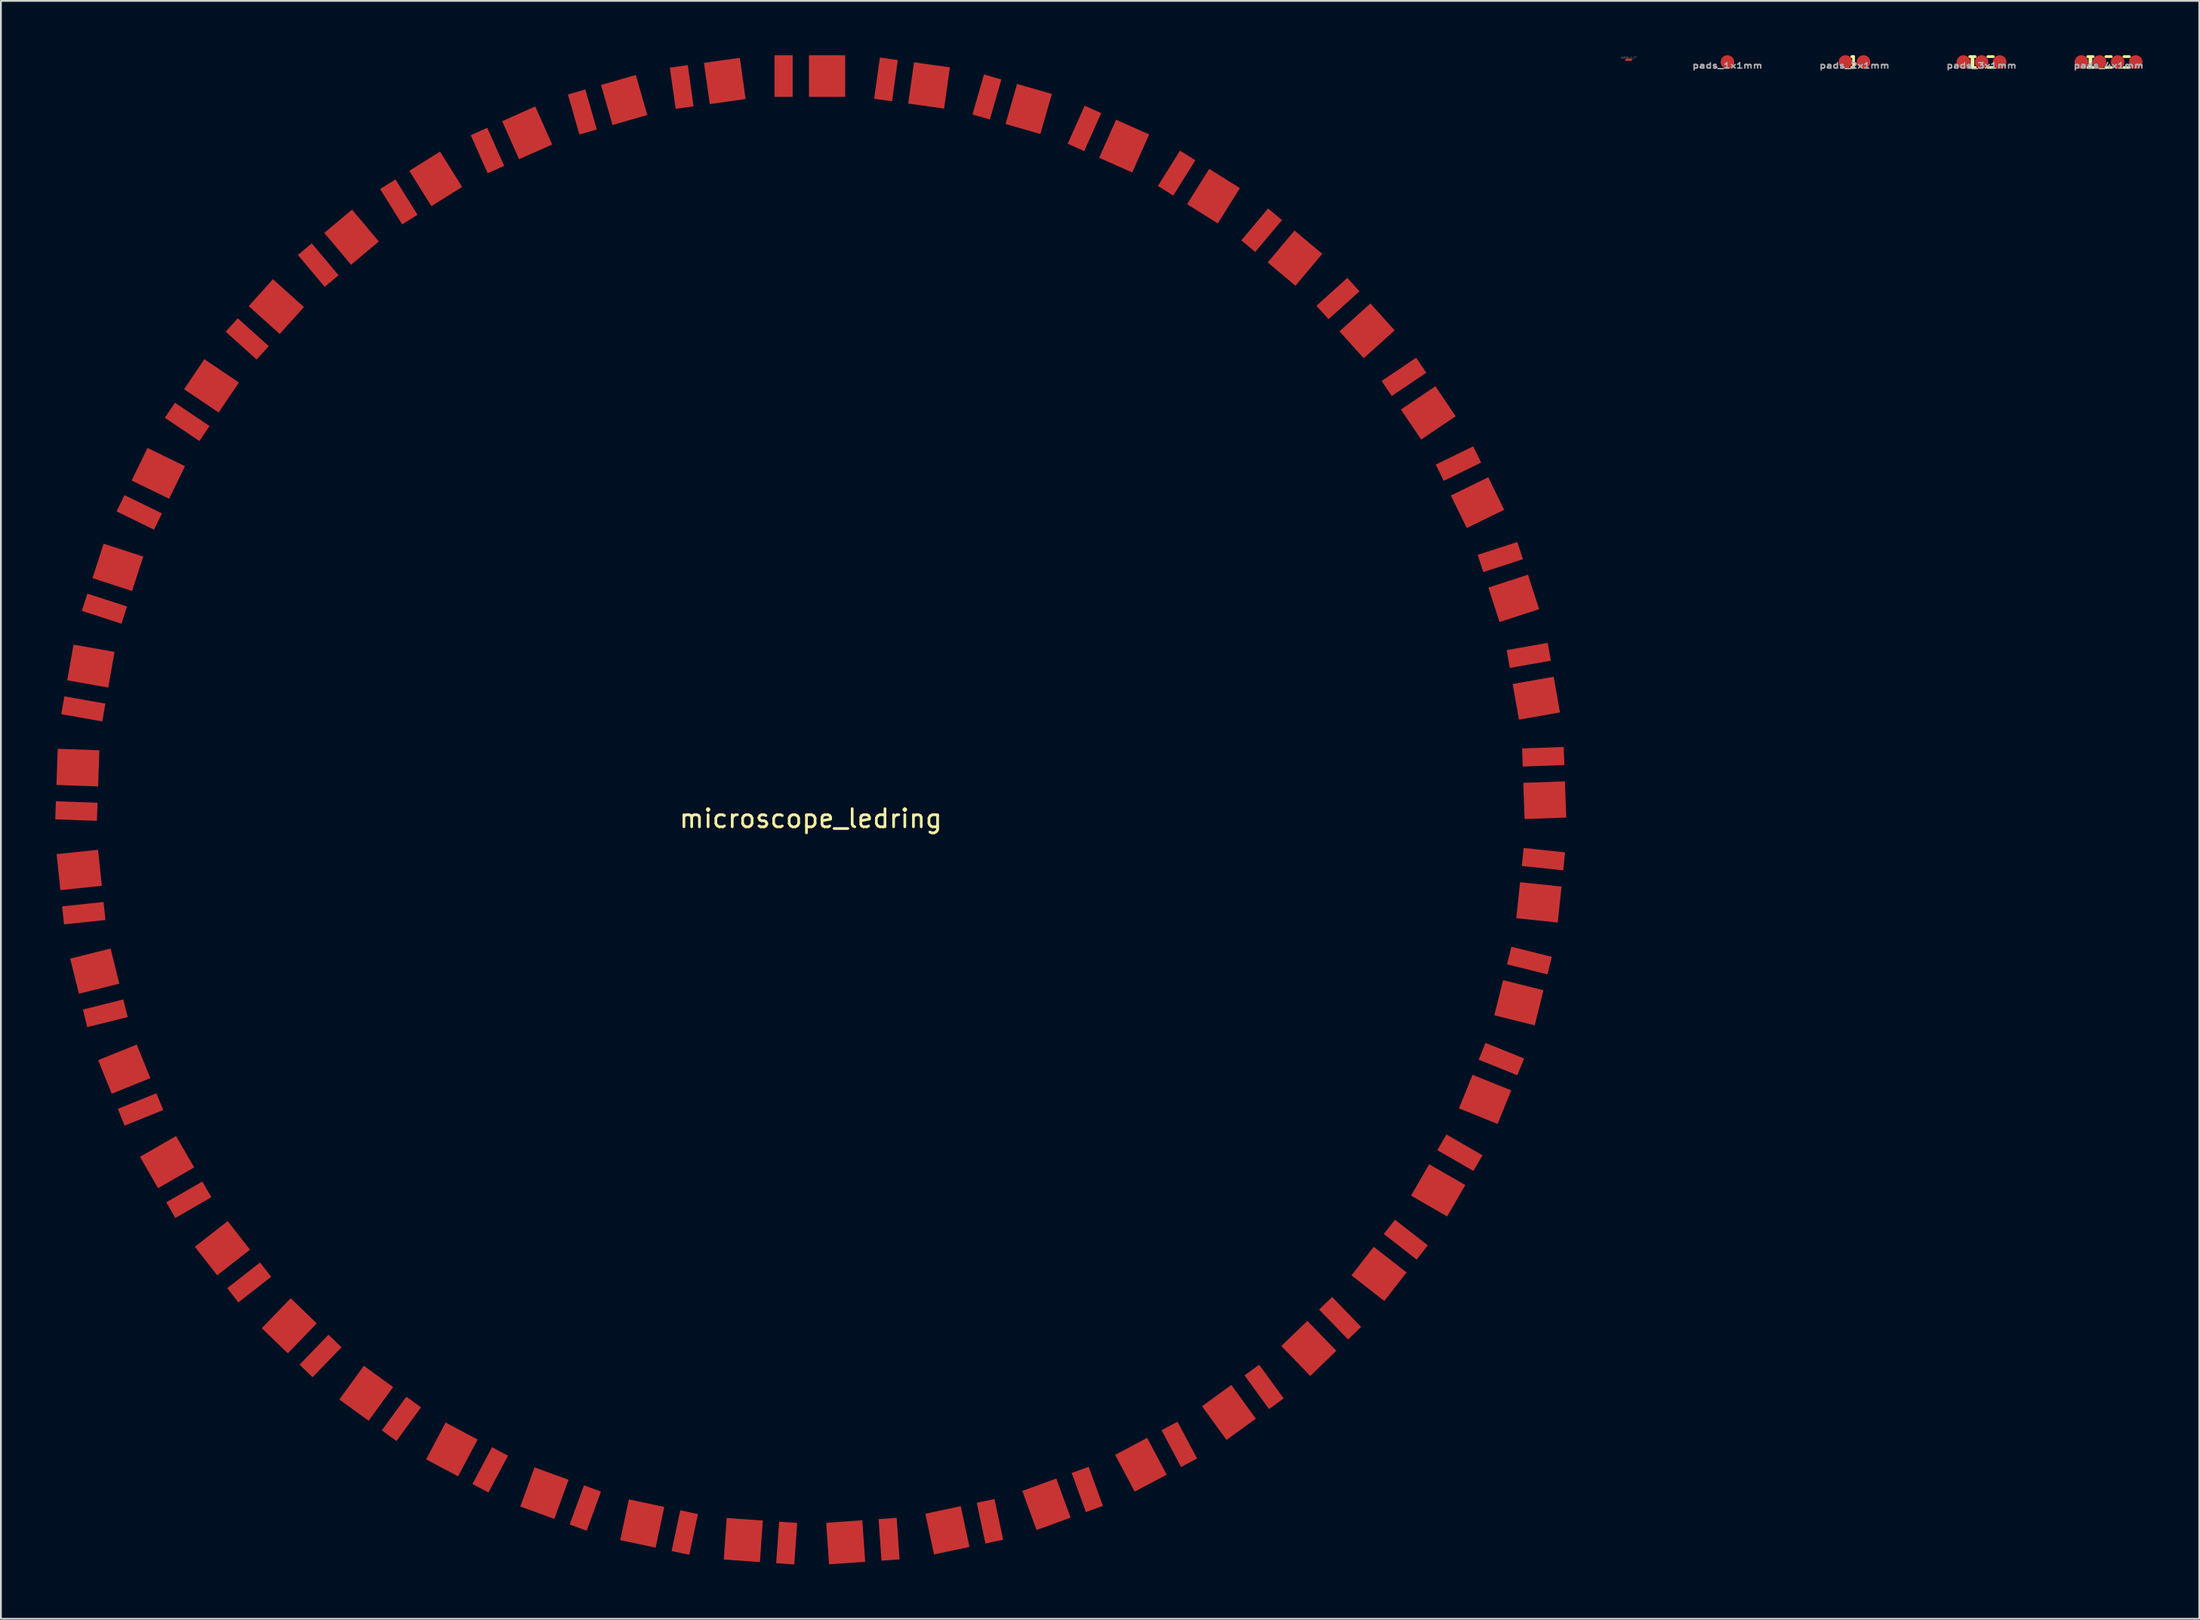
<source format=kicad_pcb>
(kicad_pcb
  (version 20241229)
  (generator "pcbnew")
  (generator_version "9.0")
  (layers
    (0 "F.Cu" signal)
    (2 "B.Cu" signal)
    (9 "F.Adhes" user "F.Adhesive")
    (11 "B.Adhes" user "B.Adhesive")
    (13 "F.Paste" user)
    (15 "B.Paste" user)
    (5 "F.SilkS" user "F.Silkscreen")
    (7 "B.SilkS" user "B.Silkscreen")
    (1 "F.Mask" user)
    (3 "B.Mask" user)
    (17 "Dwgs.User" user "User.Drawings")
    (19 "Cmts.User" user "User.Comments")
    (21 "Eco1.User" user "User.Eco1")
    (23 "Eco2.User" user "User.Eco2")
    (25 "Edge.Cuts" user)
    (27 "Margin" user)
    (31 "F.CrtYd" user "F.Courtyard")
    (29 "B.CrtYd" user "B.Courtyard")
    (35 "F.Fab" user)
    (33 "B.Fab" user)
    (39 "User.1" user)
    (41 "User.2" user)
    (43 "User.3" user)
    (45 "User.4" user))
  (footprint "microscope_ledring"
    (layer "F.Cu")
    (at 41.694 41.65)
    (property "Reference" "microscope_ledring" (at 0 0.5 0) (layer "F.SilkS") (effects (font (size 1 1) (thickness 0.15))))
    (attr through_hole)
    (pad "1" smd rect (at 0.9 -40.5) (size 2 2.3) (layers "F.Cu" "F.Mask" "F.Paste"))
    (pad "2" smd rect (at -4.745 -40.231 8) (size 2 2.3) (layers "F.Cu" "F.Mask" "F.Paste"))
    (pad "3" smd rect (at -10.298 -39.179 16) (size 2 2.3) (layers "F.Cu" "F.Mask" "F.Paste"))
    (pad "4" smd rect (at -15.651 -37.365 24) (size 2 2.3) (layers "F.Cu" "F.Mask" "F.Paste"))
    (pad "5" smd rect (at -20.698 -34.823 32) (size 2 2.3) (layers "F.Cu" "F.Mask" "F.Paste"))
    (pad "6" smd rect (at -25.343 -31.603 40) (size 2 2.3) (layers "F.Cu" "F.Mask" "F.Paste"))
    (pad "7" smd rect (at -29.495 -27.769 48) (size 2 2.3) (layers "F.Cu" "F.Mask" "F.Paste"))
    (pad "8" smd rect (at -33.073 -23.393 56) (size 2 2.3) (layers "F.Cu" "F.Mask" "F.Paste"))
    (pad "9" smd rect (at -36.007 -18.563 64) (size 2 2.3) (layers "F.Cu" "F.Mask" "F.Paste"))
    (pad "10" smd rect (at -38.24 -13.371 72) (size 2 2.3) (layers "F.Cu" "F.Mask" "F.Paste"))
    (pad "11" smd rect (at -39.728 -7.919 80) (size 2 2.3) (layers "F.Cu" "F.Mask" "F.Paste"))
    (pad "12" smd rect (at -40.444 -2.313 88) (size 2 2.3) (layers "F.Cu" "F.Mask" "F.Paste"))
    (pad "13" smd rect (at -40.372 3.338 96) (size 2 2.3) (layers "F.Cu" "F.Mask" "F.Paste"))
    (pad "14" smd rect (at -39.515 8.925 104) (size 2 2.3) (layers "F.Cu" "F.Mask" "F.Paste"))
    (pad "15" smd rect (at -37.888 14.337 112) (size 2 2.3) (layers "F.Cu" "F.Mask" "F.Paste"))
    (pad "16" smd rect (at -35.524 19.471 120) (size 2 2.3) (layers "F.Cu" "F.Mask" "F.Paste"))
    (pad "17" smd rect (at -32.469 24.225 128) (size 2 2.3) (layers "F.Cu" "F.Mask" "F.Paste"))
    (pad "18" smd rect (at -28.781 28.508 136) (size 2 2.3) (layers "F.Cu" "F.Mask" "F.Paste"))
    (pad "19" smd rect (at -24.533 32.236 144) (size 2 2.3) (layers "F.Cu" "F.Mask" "F.Paste"))
    (pad "20" smd rect (at -19.808 35.337 152) (size 2 2.3) (layers "F.Cu" "F.Mask" "F.Paste"))
    (pad "21" smd rect (at -14.698 37.75 160) (size 2 2.3) (layers "F.Cu" "F.Mask" "F.Paste"))
    (pad "22" smd rect (at -9.301 39.428 168) (size 2 2.3) (layers "F.Cu" "F.Mask" "F.Paste"))
    (pad "23" smd rect (at -3.723 40.339 176) (size 2 2.3) (layers "F.Cu" "F.Mask" "F.Paste"))
    (pad "24" smd rect (at 1.927 40.464 184) (size 2 2.3) (layers "F.Cu" "F.Mask" "F.Paste"))
    (pad "25" smd rect (at 7.54 39.802 192) (size 2 2.3) (layers "F.Cu" "F.Mask" "F.Paste"))
    (pad "26" smd rect (at 13.006 38.365 200) (size 2 2.3) (layers "F.Cu" "F.Mask" "F.Paste"))
    (pad "27" smd rect (at 18.219 36.182 208) (size 2 2.3) (layers "F.Cu" "F.Mask" "F.Paste"))
    (pad "28" smd rect (at 23.077 33.294 216) (size 2 2.3) (layers "F.Cu" "F.Mask" "F.Paste"))
    (pad "29" smd rect (at 27.486 29.758 224) (size 2 2.3) (layers "F.Cu" "F.Mask" "F.Paste"))
    (pad "30" smd rect (at 31.36 25.643 232) (size 2 2.3) (layers "F.Cu" "F.Mask" "F.Paste"))
    (pad "31" smd rect (at 34.624 21.029 240) (size 2 2.3) (layers "F.Cu" "F.Mask" "F.Paste"))
    (pad "32" smd rect (at 37.214 16.006 248) (size 2 2.3) (layers "F.Cu" "F.Mask" "F.Paste"))
    (pad "33" smd rect (at 39.079 10.671 256) (size 2 2.3) (layers "F.Cu" "F.Mask" "F.Paste"))
    (pad "34" smd rect (at 40.184 5.128 264) (size 2 2.3) (layers "F.Cu" "F.Mask" "F.Paste"))
    (pad "35" smd rect (at 40.507 -0.514 272) (size 2 2.3) (layers "F.Cu" "F.Mask" "F.Paste"))
    (pad "36" smd rect (at 40.041 -6.146 280) (size 2 2.3) (layers "F.Cu" "F.Mask" "F.Paste"))
    (pad "37" smd rect (at 38.796 -11.659 288) (size 2 2.3) (layers "F.Cu" "F.Mask" "F.Paste"))
    (pad "38" smd rect (at 36.796 -16.945 296) (size 2 2.3) (layers "F.Cu" "F.Mask" "F.Paste"))
    (pad "39" smd rect (at 34.079 -21.901 304) (size 2 2.3) (layers "F.Cu" "F.Mask" "F.Paste"))
    (pad "40" smd rect (at 30.7 -26.431 312) (size 2 2.3) (layers "F.Cu" "F.Mask" "F.Paste"))
    (pad "41" smd rect (at 26.722 -30.446 320) (size 2 2.3) (layers "F.Cu" "F.Mask" "F.Paste"))
    (pad "42" smd rect (at 22.225 -33.869 328) (size 2 2.3) (layers "F.Cu" "F.Mask" "F.Paste"))
    (pad "43" smd rect (at 17.295 -36.633 336) (size 2 2.3) (layers "F.Cu" "F.Mask" "F.Paste"))
    (pad "44" smd rect (at 12.028 -38.683 344) (size 2 2.3) (layers "F.Cu" "F.Mask" "F.Paste"))
    (pad "45" smd rect (at 6.528 -39.981 352) (size 2 2.3) (layers "F.Cu" "F.Mask" "F.Paste"))
    (pad "46" smd rect (at -1.5 -40.5) (size 1 2.3) (layers "F.Cu" "F.Mask" "F.Paste"))
    (pad "47" smd rect (at -7.122 -39.897 8) (size 1 2.3) (layers "F.Cu" "F.Mask" "F.Paste"))
    (pad "48" smd rect (at -12.605 -38.518 16) (size 1 2.3) (layers "F.Cu" "F.Mask" "F.Paste"))
    (pad "49" smd rect (at -17.843 -36.388 24) (size 1 2.3) (layers "F.Cu" "F.Mask" "F.Paste"))
    (pad "50" smd rect (at -22.734 -33.551 32) (size 1 2.3) (layers "F.Cu" "F.Mask" "F.Paste"))
    (pad "51" smd rect (at -27.182 -30.061 40) (size 1 2.3) (layers "F.Cu" "F.Mask" "F.Paste"))
    (pad "52" smd rect (at -31.101 -25.985 48) (size 1 2.3) (layers "F.Cu" "F.Mask" "F.Paste"))
    (pad "53" smd rect (at -34.415 -21.404 56) (size 1 2.3) (layers "F.Cu" "F.Mask" "F.Paste"))
    (pad "54" smd rect (at -37.059 -16.406 64) (size 1 2.3) (layers "F.Cu" "F.Mask" "F.Paste"))
    (pad "55" smd rect (at -38.981 -11.089 72) (size 1 2.3) (layers "F.Cu" "F.Mask" "F.Paste"))
    (pad "56" smd rect (at -40.145 -5.556 80) (size 1 2.3) (layers "F.Cu" "F.Mask" "F.Paste"))
    (pad "57" smd rect (at -40.528 0.086 88) (size 1 2.3) (layers "F.Cu" "F.Mask" "F.Paste"))
    (pad "58" smd rect (at -40.121 5.725 96) (size 1 2.3) (layers "F.Cu" "F.Mask" "F.Paste"))
    (pad "59" smd rect (at -38.934 11.253 104) (size 1 2.3) (layers "F.Cu" "F.Mask" "F.Paste"))
    (pad "60" smd rect (at -36.989 16.562 112) (size 1 2.3) (layers "F.Cu" "F.Mask" "F.Paste"))
    (pad "61" smd rect (at -34.324 21.549 120) (size 1 2.3) (layers "F.Cu" "F.Mask" "F.Paste"))
    (pad "62" smd rect (at -30.991 26.116 128) (size 1 2.3) (layers "F.Cu" "F.Mask" "F.Paste"))
    (pad "63" smd rect (at -27.055 30.175 136) (size 1 2.3) (layers "F.Cu" "F.Mask" "F.Paste"))
    (pad "64" smd rect (at -22.592 33.647 144) (size 1 2.3) (layers "F.Cu" "F.Mask" "F.Paste"))
    (pad "65" smd rect (at -17.689 36.464 152) (size 1 2.3) (layers "F.Cu" "F.Mask" "F.Paste"))
    (pad "66" smd rect (at -12.442 38.571 160) (size 1 2.3) (layers "F.Cu" "F.Mask" "F.Paste"))
    (pad "67" smd rect (at -6.953 39.927 168) (size 1 2.3) (layers "F.Cu" "F.Mask" "F.Paste"))
    (pad "68" smd rect (at -1.329 40.506 176) (size 1 2.3) (layers "F.Cu" "F.Mask" "F.Paste"))
    (pad "69" smd rect (at 4.321 40.297 184) (size 1 2.3) (layers "F.Cu" "F.Mask" "F.Paste"))
    (pad "70" smd rect (at 9.888 39.303 192) (size 1 2.3) (layers "F.Cu" "F.Mask" "F.Paste"))
    (pad "71" smd rect (at 15.261 37.545 200) (size 1 2.3) (layers "F.Cu" "F.Mask" "F.Paste"))
    (pad "72" smd rect (at 20.338 35.055 208) (size 1 2.3) (layers "F.Cu" "F.Mask" "F.Paste"))
    (pad "73" smd rect (at 25.019 31.884 216) (size 1 2.3) (layers "F.Cu" "F.Mask" "F.Paste"))
    (pad "74" smd rect (at 29.213 28.091 224) (size 1 2.3) (layers "F.Cu" "F.Mask" "F.Paste"))
    (pad "75" smd rect (at 32.838 23.752 232) (size 1 2.3) (layers "F.Cu" "F.Mask" "F.Paste"))
    (pad "76" smd rect (at 35.824 18.951 240) (size 1 2.3) (layers "F.Cu" "F.Mask" "F.Paste"))
    (pad "77" smd rect (at 38.113 13.781 248) (size 1 2.3) (layers "F.Cu" "F.Mask" "F.Paste"))
    (pad "78" smd rect (at 39.66 8.342 256) (size 1 2.3) (layers "F.Cu" "F.Mask" "F.Paste"))
    (pad "79" smd rect (at 40.435 2.742 264) (size 1 2.3) (layers "F.Cu" "F.Mask" "F.Paste"))
    (pad "80" smd rect (at 40.423 -2.913 272) (size 1 2.3) (layers "F.Cu" "F.Mask" "F.Paste"))
    (pad "81" smd rect (at 39.624 -8.51 280) (size 1 2.3) (layers "F.Cu" "F.Mask" "F.Paste"))
    (pad "82" smd rect (at 38.054 -13.942 288) (size 1 2.3) (layers "F.Cu" "F.Mask" "F.Paste"))
    (pad "83" smd rect (at 35.744 -19.102 296) (size 1 2.3) (layers "F.Cu" "F.Mask" "F.Paste"))
    (pad "84" smd rect (at 32.737 -23.891 304) (size 1 2.3) (layers "F.Cu" "F.Mask" "F.Paste"))
    (pad "85" smd rect (at 29.094 -28.215 312) (size 1 2.3) (layers "F.Cu" "F.Mask" "F.Paste"))
    (pad "86" smd rect (at 24.884 -31.989 320) (size 1 2.3) (layers "F.Cu" "F.Mask" "F.Paste"))
    (pad "87" smd rect (at 20.19 -35.141 328) (size 1 2.3) (layers "F.Cu" "F.Mask" "F.Paste"))
    (pad "88" smd rect (at 15.103 -37.609 336) (size 1 2.3) (layers "F.Cu" "F.Mask" "F.Paste"))
    (pad "89" smd rect (at 9.721 -39.345 344) (size 1 2.3) (layers "F.Cu" "F.Mask" "F.Paste"))
    (pad "90" smd rect (at 4.151 -40.315 352) (size 1 2.3) (layers "F.Cu" "F.Mask" "F.Paste")))
  (footprint "pads_2x1mm"
    (layer "F.Cu")
    (at 99.294 0.375)
    (property "Reference" "pads_2x1mm" (at 0 0.2 0) (layer "F.Fab") (effects (font (size 0.3 0.4) (thickness 0.075))))
    (attr through_hole)
    (fp_line (start -0.15 -0.3) (end -0.05 -0.3) (stroke (width 0.15) (type solid)) (layer "F.SilkS"))
    (fp_line (start -0.15 0.3) (end -0.05 0.3) (stroke (width 0.15) (type solid)) (layer "F.SilkS"))
    (fp_line (start -0.05 -0.3) (end -0.05 0.3) (stroke (width 0.15) (type solid)) (layer "F.SilkS"))
    (pad "1" smd circle (at -0.5 0) (size 0.75 0.75) (layers "F.Cu" "F.Mask" "F.Paste"))
    (pad "2" smd circle (at 0.5 0) (size 0.75 0.75) (layers "F.Cu" "F.Mask" "F.Paste")))
  (footprint "pads_4x1mm"
    (layer "F.Cu")
    (at 113.317 0.375)
    (property "Reference" "pads_4x1mm" (at 0 0.2 0) (layer "F.Fab") (effects (font (size 0.3 0.4) (thickness 0.075))))
    (attr through_hole)
    (fp_line (start -1.15 -0.3) (end -0.85 -0.3) (stroke (width 0.15) (type solid)) (layer "F.SilkS"))
    (fp_line (start -1.15 0.3) (end -0.85 0.3) (stroke (width 0.15) (type solid)) (layer "F.SilkS"))
    (fp_line (start -0.15 -0.3) (end 0.15 -0.3) (stroke (width 0.15) (type solid)) (layer "F.SilkS"))
    (fp_line (start -0.15 0.3) (end 0.15 0.3) (stroke (width 0.15) (type solid)) (layer "F.SilkS"))
    (fp_line (start 0.85 -0.3) (end 1.15 -0.3) (stroke (width 0.15) (type solid)) (layer "F.SilkS"))
    (fp_line (start 0.85 0.3) (end 1.15 0.3) (stroke (width 0.15) (type solid)) (layer "F.SilkS"))
    (fp_poly (pts (xy -0.95 0.3) (xy -1.05 0.3) (xy -1.05 -0.3) (xy -0.95 -0.3)) (stroke (width 0.1) (type solid)) (fill yes) (layer "F.SilkS"))
    (pad "1" smd circle (at -1.5 0) (size 0.75 0.75) (layers "F.Cu" "F.Mask" "F.Paste"))
    (pad "2" smd circle (at -0.5 0) (size 0.75 0.75) (layers "F.Cu" "F.Mask" "F.Paste"))
    (pad "3" smd circle (at 0.5 0) (size 0.75 0.75) (layers "F.Cu" "F.Mask" "F.Paste"))
    (pad "4" smd circle (at 1.5 0) (size 0.75 0.75) (layers "F.Cu" "F.Mask" "F.Paste")))
  (footprint "nettie-1.27"
    (layer "F.Cu")
    (at 86.831 0.25)
    (property "Reference" "nettie-1.27" (at 0 -0.125 0) (layer "F.Fab") (effects (font (size 0.1 0.1) (thickness 0.01))))
    (attr exclude_from_pos_files exclude_from_bom)
    (fp_poly (pts (xy -0.127 -0.064) (xy 0.127 -0.064) (xy 0.127 0.064) (xy -0.127 0.064)) (stroke (width 0) (type solid)) (fill yes) (layer "F.Cu"))
    (pad "1" smd circle (at -0.127 0) (size 0.127 0.127) (layers "F.Cu"))
    (pad "2" smd circle (at 0.127 0) (size 0.127 0.127) (layers "F.Cu")))
  (footprint "pads_1x1mm"
    (layer "F.Cu")
    (at 92.282 0.375)
    (property "Reference" "pads_1x1mm" (at 0 0.2 0) (layer "F.Fab") (effects (font (size 0.3 0.4) (thickness 0.075))))
    (attr through_hole)
    (pad "1" smd circle (at 0 0) (size 0.75 0.75) (layers "F.Cu" "F.Mask" "F.Paste")))
  (footprint "pads_3x1mm"
    (layer "F.Cu")
    (at 106.305 0.375)
    (property "Reference" "pads_3x1mm" (at 0 0.2 0) (layer "F.Fab") (effects (font (size 0.3 0.4) (thickness 0.075))))
    (attr through_hole)
    (fp_line (start -0.65 -0.3) (end -0.35 -0.3) (stroke (width 0.15) (type solid)) (layer "F.SilkS"))
    (fp_line (start -0.65 0.3) (end -0.35 0.3) (stroke (width 0.15) (type solid)) (layer "F.SilkS"))
    (fp_line (start 0.35 -0.3) (end 0.65 -0.3) (stroke (width 0.15) (type solid)) (layer "F.SilkS"))
    (fp_line (start 0.35 0.3) (end 0.65 0.3) (stroke (width 0.15) (type solid)) (layer "F.SilkS"))
    (fp_poly (pts (xy -0.45 0.3) (xy -0.55 0.3) (xy -0.55 -0.3) (xy -0.45 -0.3)) (stroke (width 0.1) (type solid)) (fill yes) (layer "F.SilkS"))
    (pad "1" smd circle (at -1 0) (size 0.75 0.75) (layers "F.Cu" "F.Mask" "F.Paste"))
    (pad "2" smd circle (at 0 0) (size 0.75 0.75) (layers "F.Cu" "F.Mask" "F.Paste"))
    (pad "3" smd circle (at 1 0) (size 0.75 0.75) (layers "F.Cu" "F.Mask" "F.Paste")))
  (gr_rect
    (start -3 -3)
    (end 118.323 86.338)
    (stroke (width 0.1) (type default))
    (fill no)
    (layer "Edge.Cuts")))
</source>
